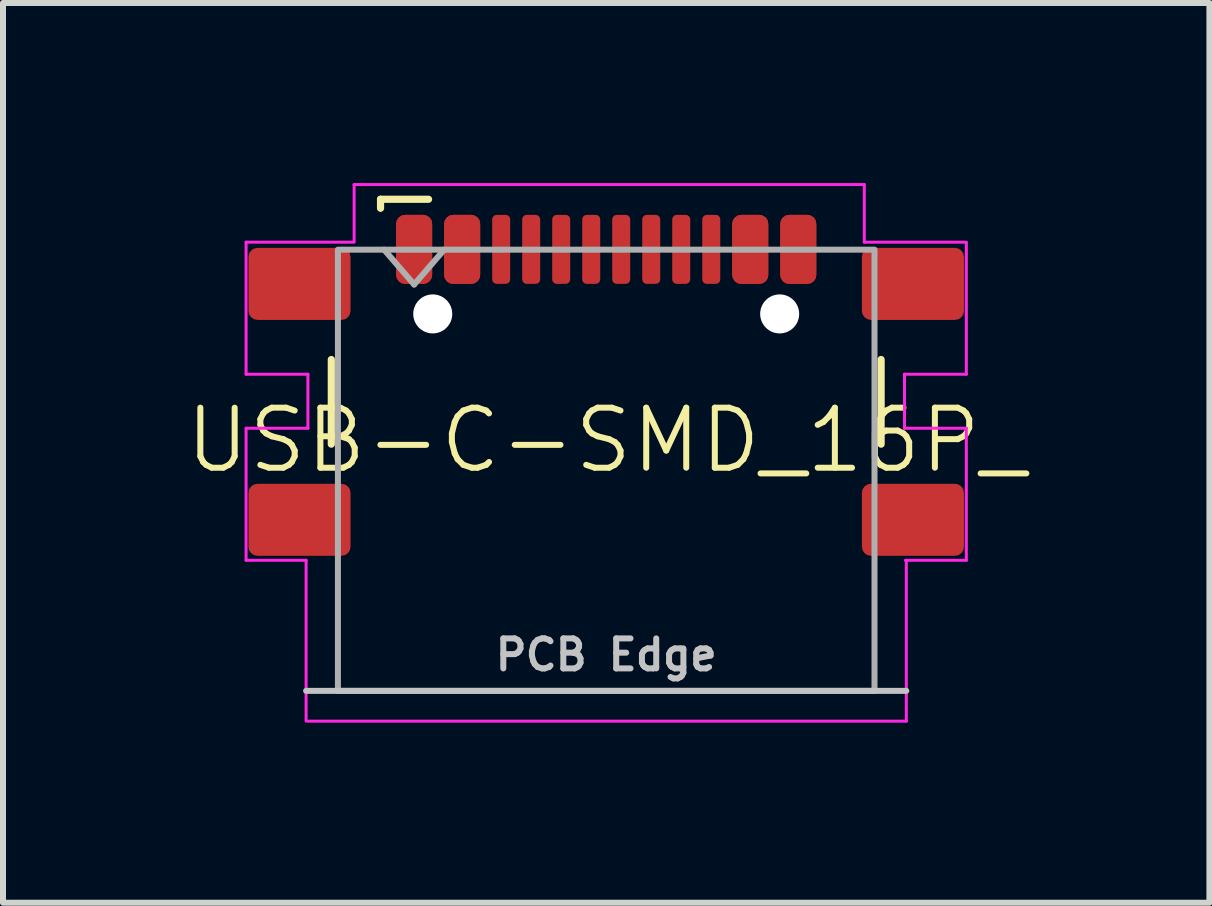
<source format=kicad_pcb>
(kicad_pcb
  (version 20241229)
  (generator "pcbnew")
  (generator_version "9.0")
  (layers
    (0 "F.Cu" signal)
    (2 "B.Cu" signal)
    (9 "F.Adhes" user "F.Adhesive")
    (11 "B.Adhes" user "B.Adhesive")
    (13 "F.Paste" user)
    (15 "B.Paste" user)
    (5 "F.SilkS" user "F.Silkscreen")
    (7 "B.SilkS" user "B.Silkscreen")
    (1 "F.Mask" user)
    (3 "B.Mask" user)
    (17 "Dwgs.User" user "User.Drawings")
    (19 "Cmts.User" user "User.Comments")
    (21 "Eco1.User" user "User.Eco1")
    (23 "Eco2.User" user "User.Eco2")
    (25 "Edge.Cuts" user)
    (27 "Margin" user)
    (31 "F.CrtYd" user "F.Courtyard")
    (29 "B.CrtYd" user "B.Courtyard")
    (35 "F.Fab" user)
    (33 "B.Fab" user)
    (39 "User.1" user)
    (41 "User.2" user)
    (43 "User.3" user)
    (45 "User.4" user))
  (footprint "USB-C-SMD_16P_"
    (layer "F.Cu")
    (at 7.05 4.785)
    (property "Reference" "USB-C-SMD_16P_" (at 0 -0.5 0) (unlocked yes) (layer "F.SilkS") (effects (font (size 1 1) (thickness 0.1))))
    (attr through_hole)
    (fp_line (start -4.58 -0.435) (end -4.58 -1.845) (stroke (width 0.12) (type default)) (layer "F.SilkS"))
    (fp_line (start -3.76 -4.515) (end -3.76 -4.365) (stroke (width 0.12) (type default)) (layer "F.SilkS"))
    (fp_line (start -2.96 -4.515) (end -3.76 -4.515) (stroke (width 0.12) (type default)) (layer "F.SilkS"))
    (fp_line (start 4.58 -0.435) (end 4.58 -1.845) (stroke (width 0.12) (type default)) (layer "F.SilkS"))
    (fp_line (start -5 3.675) (end 5 3.675) (stroke (width 0.1) (type default)) (layer "Dwgs.User"))
    (fp_line (start -6 -3.8) (end -4.225 -3.8) (stroke (width 0.05) (type default)) (layer "F.CrtYd"))
    (fp_line (start -6 -1.6) (end -6 -3.8) (stroke (width 0.05) (type default)) (layer "F.CrtYd"))
    (fp_line (start -6 -0.7) (end -4.97 -0.7) (stroke (width 0.05) (type default)) (layer "F.CrtYd"))
    (fp_line (start -6 1.5) (end -6 -0.7) (stroke (width 0.05) (type default)) (layer "F.CrtYd"))
    (fp_line (start -5 1.5) (end -6 1.5) (stroke (width 0.05) (type default)) (layer "F.CrtYd"))
    (fp_line (start -5 4.18) (end -5 1.5) (stroke (width 0.05) (type default)) (layer "F.CrtYd"))
    (fp_line (start -4.97 -1.6) (end -6 -1.6) (stroke (width 0.05) (type default)) (layer "F.CrtYd"))
    (fp_line (start -4.97 -0.7) (end -4.97 -1.6) (stroke (width 0.05) (type default)) (layer "F.CrtYd"))
    (fp_line (start -4.2 -4.76) (end 4.3 -4.76) (stroke (width 0.05) (type default)) (layer "F.CrtYd"))
    (fp_line (start -4.2 -3.8) (end -4.2 -4.76) (stroke (width 0.05) (type default)) (layer "F.CrtYd"))
    (fp_line (start 4.3 -4.76) (end 4.3 -3.8) (stroke (width 0.05) (type default)) (layer "F.CrtYd"))
    (fp_line (start 4.3 -3.8) (end 5.975 -3.8) (stroke (width 0.05) (type default)) (layer "F.CrtYd"))
    (fp_line (start 4.97 -1.6) (end 4.97 -0.7) (stroke (width 0.05) (type default)) (layer "F.CrtYd"))
    (fp_line (start 4.97 -0.7) (end 6 -0.7) (stroke (width 0.05) (type default)) (layer "F.CrtYd"))
    (fp_line (start 5 1.5) (end 5 4.18) (stroke (width 0.05) (type default)) (layer "F.CrtYd"))
    (fp_line (start 5 4.18) (end -4.97 4.18) (stroke (width 0.05) (type default)) (layer "F.CrtYd"))
    (fp_line (start 6 -3.8) (end 6 -1.6) (stroke (width 0.05) (type default)) (layer "F.CrtYd"))
    (fp_line (start 6 -1.6) (end 4.97 -1.6) (stroke (width 0.05) (type default)) (layer "F.CrtYd"))
    (fp_line (start 6 -0.7) (end 6 1.5) (stroke (width 0.05) (type default)) (layer "F.CrtYd"))
    (fp_line (start 6 1.5) (end 4.985 1.5) (stroke (width 0.05) (type default)) (layer "F.CrtYd"))
    (fp_line (start -3.7 -3.675) (end -3.2 -3.095) (stroke (width 0.1) (type default)) (layer "F.Fab"))
    (fp_line (start -3.2 -3.095) (end -2.7 -3.675) (stroke (width 0.1) (type default)) (layer "F.Fab"))
    (fp_rect (start -4.47 -3.675) (end 4.47 3.675) (stroke (width 0.1) (type default)) (fill no) (layer "F.Fab"))
    (fp_text user "PCB Edge" (at 0 3.075 0) (unlocked yes) (layer "Dwgs.User") (effects (font (size 0.5 0.5) (thickness 0.1) (bold yes))))
    (pad "" np_thru_hole circle (at -2.89 -2.605) (size 0.65 0.65) (drill 0.65) (layers "*.Cu" "*.Mask"))
    (pad "" np_thru_hole circle (at 2.89 -2.605) (size 0.65 0.65) (drill 0.65) (layers "*.Cu" "*.Mask"))
    (pad "A1" smd roundrect (at -3.2 -3.68) (size 0.6 1.15) (layers "F.Cu" "F.Mask" "F.Paste") (roundrect_rratio 0.25))
    (pad "A4" smd roundrect (at -2.4 -3.68) (size 0.6 1.15) (layers "F.Cu" "F.Mask" "F.Paste") (roundrect_rratio 0.25))
    (pad "A5" smd roundrect (at -1.25 -3.68) (size 0.3 1.15) (layers "F.Cu" "F.Mask" "F.Paste") (roundrect_rratio 0.25))
    (pad "A6" smd roundrect (at -0.25 -3.68) (size 0.3 1.15) (layers "F.Cu" "F.Mask" "F.Paste") (roundrect_rratio 0.25))
    (pad "A7" smd roundrect (at 0.25 -3.68) (size 0.3 1.15) (layers "F.Cu" "F.Mask" "F.Paste") (roundrect_rratio 0.25))
    (pad "A8" smd roundrect (at 1.25 -3.68) (size 0.3 1.15) (layers "F.Cu" "F.Mask" "F.Paste") (roundrect_rratio 0.25))
    (pad "A9" smd roundrect (at 2.4 -3.68) (size 0.6 1.15) (layers "F.Cu" "F.Mask" "F.Paste") (roundrect_rratio 0.25))
    (pad "A12" smd roundrect (at 3.2 -3.68) (size 0.6 1.15) (layers "F.Cu" "F.Mask" "F.Paste") (roundrect_rratio 0.25))
    (pad "B1" smd roundrect (at 3.2 -3.68) (size 0.6 1.15) (layers "F.Cu" "F.Mask" "F.Paste") (roundrect_rratio 0.25))
    (pad "B4" smd roundrect (at 2.4 -3.68) (size 0.6 1.15) (layers "F.Cu" "F.Mask" "F.Paste") (roundrect_rratio 0.25))
    (pad "B5" smd roundrect (at 1.75 -3.68) (size 0.3 1.15) (layers "F.Cu" "F.Mask" "F.Paste") (roundrect_rratio 0.25))
    (pad "B6" smd roundrect (at 0.75 -3.68) (size 0.3 1.15) (layers "F.Cu" "F.Mask" "F.Paste") (roundrect_rratio 0.25))
    (pad "B7" smd roundrect (at -0.75 -3.68) (size 0.3 1.15) (layers "F.Cu" "F.Mask" "F.Paste") (roundrect_rratio 0.25))
    (pad "B8" smd roundrect (at -1.75 -3.68) (size 0.3 1.15) (layers "F.Cu" "F.Mask" "F.Paste") (roundrect_rratio 0.25))
    (pad "B9" smd roundrect (at -2.4 -3.68) (size 0.6 1.15) (layers "F.Cu" "F.Mask" "F.Paste") (roundrect_rratio 0.25))
    (pad "B12" smd roundrect (at -3.2 -3.68) (size 0.6 1.15) (layers "F.Cu" "F.Mask" "F.Paste") (roundrect_rratio 0.25))
    (pad "S1" smd roundrect (at -5.11 -3.105) (size 1.7 1.2) (layers "F.Cu" "F.Mask" "F.Paste") (roundrect_rratio 0.125))
    (pad "S1" smd roundrect (at -5.11 0.825) (size 1.7 1.2) (layers "F.Cu" "F.Mask" "F.Paste") (roundrect_rratio 0.125))
    (pad "S1" smd roundrect (at 5.11 -3.105) (size 1.7 1.2) (layers "F.Cu" "F.Mask" "F.Paste") (roundrect_rratio 0.125))
    (pad "S1" smd roundrect (at 5.11 0.825) (size 1.7 1.2) (layers "F.Cu" "F.Mask" "F.Paste") (roundrect_rratio 0.125)))
  (gr_rect
    (start -3 -3)
    (end 17.1 11.99)
    (stroke (width 0.1) (type default))
    (fill no)
    (layer "Edge.Cuts")))
</source>
